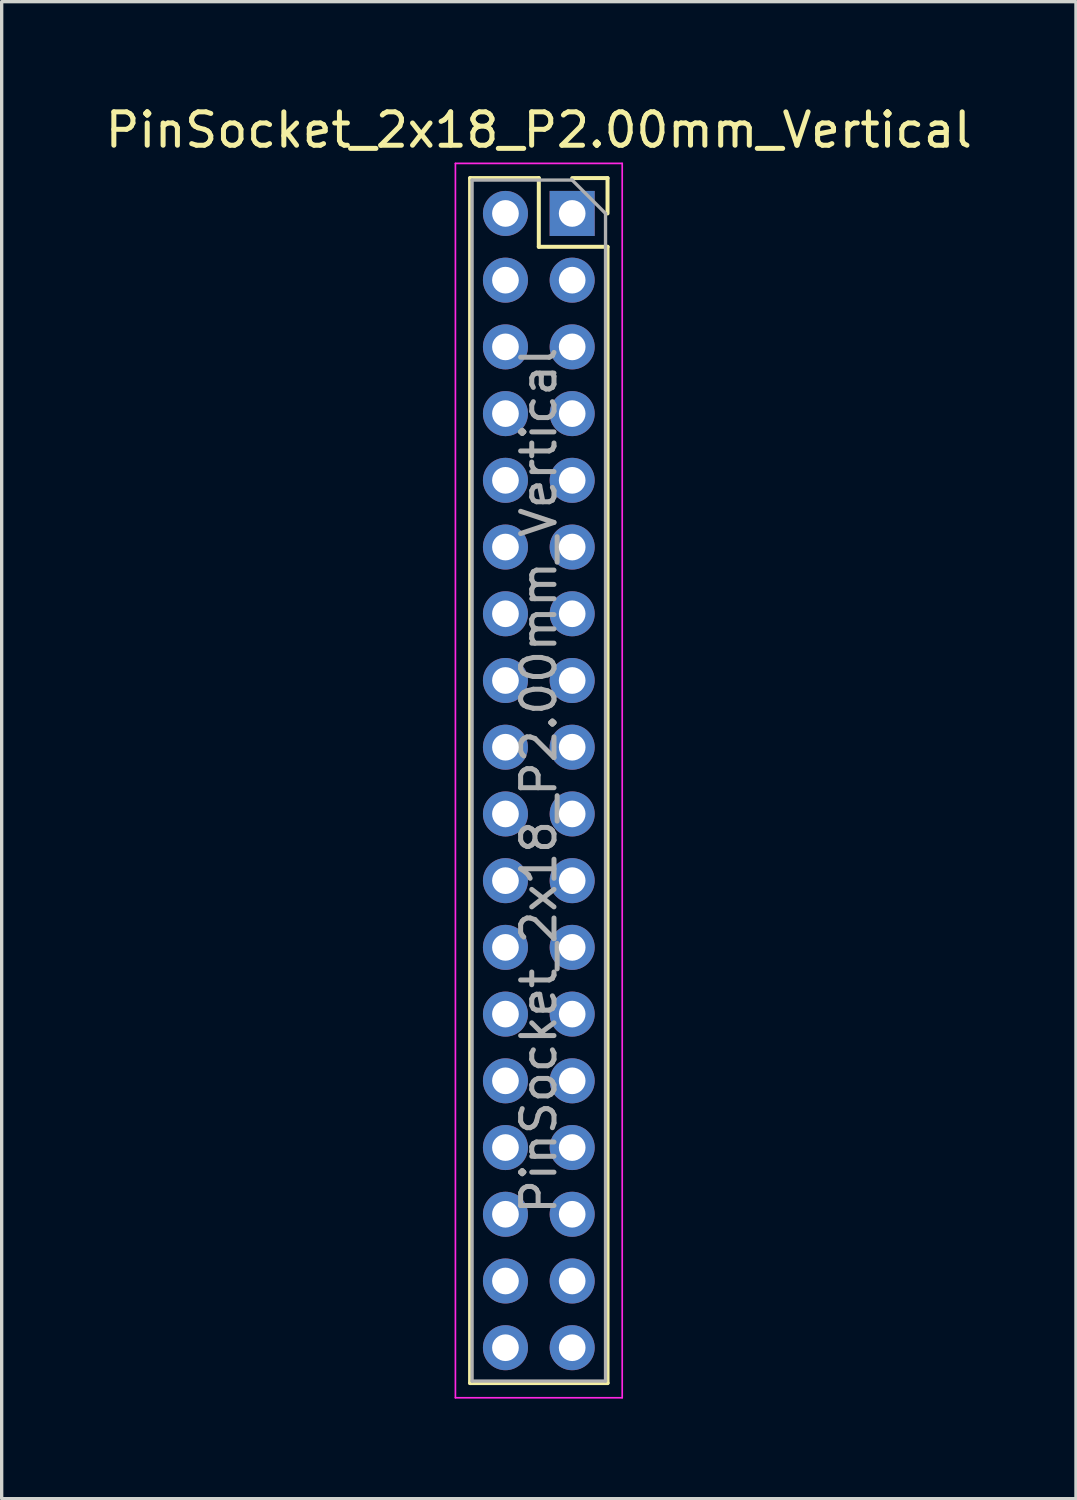
<source format=kicad_pcb>
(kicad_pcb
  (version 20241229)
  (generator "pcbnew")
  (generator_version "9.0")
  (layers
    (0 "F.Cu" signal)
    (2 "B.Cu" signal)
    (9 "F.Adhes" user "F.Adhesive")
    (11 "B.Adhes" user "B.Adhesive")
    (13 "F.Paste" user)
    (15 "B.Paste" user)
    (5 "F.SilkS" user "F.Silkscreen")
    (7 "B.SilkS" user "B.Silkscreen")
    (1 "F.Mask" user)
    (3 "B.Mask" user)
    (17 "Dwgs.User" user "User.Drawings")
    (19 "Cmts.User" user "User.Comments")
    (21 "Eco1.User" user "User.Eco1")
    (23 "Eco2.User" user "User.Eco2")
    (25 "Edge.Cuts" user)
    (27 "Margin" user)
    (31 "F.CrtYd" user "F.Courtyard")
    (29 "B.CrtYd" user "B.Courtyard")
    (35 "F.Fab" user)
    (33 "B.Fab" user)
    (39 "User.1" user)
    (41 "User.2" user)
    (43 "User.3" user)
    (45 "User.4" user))
  (footprint "PinSocket_2x18_P2.00mm_Vertical"
    (layer "F.Cu")
    (at 14.101 3.348)
    (property "Reference" "PinSocket_2x18_P2.00mm_Vertical" (at -1 -2.5 0) (layer "F.SilkS") (effects (font (size 1 1) (thickness 0.15))))
    (attr through_hole)
    (fp_line (start -3.06 -1.06) (end -3.06 35.06) (stroke (width 0.12) (type solid)) (layer "F.SilkS"))
    (fp_line (start -3.06 -1.06) (end -1 -1.06) (stroke (width 0.12) (type solid)) (layer "F.SilkS"))
    (fp_line (start -3.06 35.06) (end 1.06 35.06) (stroke (width 0.12) (type solid)) (layer "F.SilkS"))
    (fp_line (start -1 -1.06) (end -1 1) (stroke (width 0.12) (type solid)) (layer "F.SilkS"))
    (fp_line (start -1 1) (end 1.06 1) (stroke (width 0.12) (type solid)) (layer "F.SilkS"))
    (fp_line (start 0 -1.06) (end 1.06 -1.06) (stroke (width 0.12) (type solid)) (layer "F.SilkS"))
    (fp_line (start 1.06 -1.06) (end 1.06 0) (stroke (width 0.12) (type solid)) (layer "F.SilkS"))
    (fp_line (start 1.06 1) (end 1.06 35.06) (stroke (width 0.12) (type solid)) (layer "F.SilkS"))
    (fp_line (start -3.5 -1.5) (end 1.5 -1.5) (stroke (width 0.05) (type solid)) (layer "F.CrtYd"))
    (fp_line (start -3.5 35.5) (end -3.5 -1.5) (stroke (width 0.05) (type solid)) (layer "F.CrtYd"))
    (fp_line (start 1.5 -1.5) (end 1.5 35.5) (stroke (width 0.05) (type solid)) (layer "F.CrtYd"))
    (fp_line (start 1.5 35.5) (end -3.5 35.5) (stroke (width 0.05) (type solid)) (layer "F.CrtYd"))
    (fp_line (start -3 -1) (end 0 -1) (stroke (width 0.1) (type solid)) (layer "F.Fab"))
    (fp_line (start -3 35) (end -3 -1) (stroke (width 0.1) (type solid)) (layer "F.Fab"))
    (fp_line (start 0 -1) (end 1 0) (stroke (width 0.1) (type solid)) (layer "F.Fab"))
    (fp_line (start 1 0) (end 1 35) (stroke (width 0.1) (type solid)) (layer "F.Fab"))
    (fp_line (start 1 35) (end -3 35) (stroke (width 0.1) (type solid)) (layer "F.Fab"))
    (fp_text user "${REFERENCE}" (at -1 17 90) (layer "F.Fab") (effects (font (size 1 1) (thickness 0.15))))
    (pad "1" thru_hole rect (at 0 0) (size 1.35 1.35) (drill 0.8) (layers "*.Cu" "*.Mask"))
    (pad "2" thru_hole circle (at -2 0) (size 1.35 1.35) (drill 0.8) (layers "*.Cu" "*.Mask"))
    (pad "3" thru_hole circle (at 0 2) (size 1.35 1.35) (drill 0.8) (layers "*.Cu" "*.Mask"))
    (pad "4" thru_hole circle (at -2 2) (size 1.35 1.35) (drill 0.8) (layers "*.Cu" "*.Mask"))
    (pad "5" thru_hole circle (at 0 4) (size 1.35 1.35) (drill 0.8) (layers "*.Cu" "*.Mask"))
    (pad "6" thru_hole circle (at -2 4) (size 1.35 1.35) (drill 0.8) (layers "*.Cu" "*.Mask"))
    (pad "7" thru_hole circle (at 0 6) (size 1.35 1.35) (drill 0.8) (layers "*.Cu" "*.Mask"))
    (pad "8" thru_hole circle (at -2 6) (size 1.35 1.35) (drill 0.8) (layers "*.Cu" "*.Mask"))
    (pad "9" thru_hole circle (at 0 8) (size 1.35 1.35) (drill 0.8) (layers "*.Cu" "*.Mask"))
    (pad "10" thru_hole circle (at -2 8) (size 1.35 1.35) (drill 0.8) (layers "*.Cu" "*.Mask"))
    (pad "11" thru_hole circle (at 0 10) (size 1.35 1.35) (drill 0.8) (layers "*.Cu" "*.Mask"))
    (pad "12" thru_hole circle (at -2 10) (size 1.35 1.35) (drill 0.8) (layers "*.Cu" "*.Mask"))
    (pad "13" thru_hole circle (at 0 12) (size 1.35 1.35) (drill 0.8) (layers "*.Cu" "*.Mask"))
    (pad "14" thru_hole circle (at -2 12) (size 1.35 1.35) (drill 0.8) (layers "*.Cu" "*.Mask"))
    (pad "15" thru_hole circle (at 0 14) (size 1.35 1.35) (drill 0.8) (layers "*.Cu" "*.Mask"))
    (pad "16" thru_hole circle (at -2 14) (size 1.35 1.35) (drill 0.8) (layers "*.Cu" "*.Mask"))
    (pad "17" thru_hole circle (at 0 16) (size 1.35 1.35) (drill 0.8) (layers "*.Cu" "*.Mask"))
    (pad "18" thru_hole circle (at -2 16) (size 1.35 1.35) (drill 0.8) (layers "*.Cu" "*.Mask"))
    (pad "19" thru_hole circle (at 0 18) (size 1.35 1.35) (drill 0.8) (layers "*.Cu" "*.Mask"))
    (pad "20" thru_hole circle (at -2 18) (size 1.35 1.35) (drill 0.8) (layers "*.Cu" "*.Mask"))
    (pad "21" thru_hole circle (at 0 20) (size 1.35 1.35) (drill 0.8) (layers "*.Cu" "*.Mask"))
    (pad "22" thru_hole circle (at -2 20) (size 1.35 1.35) (drill 0.8) (layers "*.Cu" "*.Mask"))
    (pad "23" thru_hole circle (at 0 22) (size 1.35 1.35) (drill 0.8) (layers "*.Cu" "*.Mask"))
    (pad "24" thru_hole circle (at -2 22) (size 1.35 1.35) (drill 0.8) (layers "*.Cu" "*.Mask"))
    (pad "25" thru_hole circle (at 0 24) (size 1.35 1.35) (drill 0.8) (layers "*.Cu" "*.Mask"))
    (pad "26" thru_hole circle (at -2 24) (size 1.35 1.35) (drill 0.8) (layers "*.Cu" "*.Mask"))
    (pad "27" thru_hole circle (at 0 26) (size 1.35 1.35) (drill 0.8) (layers "*.Cu" "*.Mask"))
    (pad "28" thru_hole circle (at -2 26) (size 1.35 1.35) (drill 0.8) (layers "*.Cu" "*.Mask"))
    (pad "29" thru_hole circle (at 0 28) (size 1.35 1.35) (drill 0.8) (layers "*.Cu" "*.Mask"))
    (pad "30" thru_hole circle (at -2 28) (size 1.35 1.35) (drill 0.8) (layers "*.Cu" "*.Mask"))
    (pad "31" thru_hole circle (at 0 30) (size 1.35 1.35) (drill 0.8) (layers "*.Cu" "*.Mask"))
    (pad "32" thru_hole circle (at -2 30) (size 1.35 1.35) (drill 0.8) (layers "*.Cu" "*.Mask"))
    (pad "33" thru_hole circle (at 0 32) (size 1.35 1.35) (drill 0.8) (layers "*.Cu" "*.Mask"))
    (pad "34" thru_hole circle (at -2 32) (size 1.35 1.35) (drill 0.8) (layers "*.Cu" "*.Mask"))
    (pad "35" thru_hole circle (at 0 34) (size 1.35 1.35) (drill 0.8) (layers "*.Cu" "*.Mask"))
    (pad "36" thru_hole circle (at -2 34) (size 1.35 1.35) (drill 0.8) (layers "*.Cu" "*.Mask")))
  (gr_rect
    (start -3 -3)
    (end 29.202 41.873)
    (stroke (width 0.1) (type default))
    (fill no)
    (layer "Edge.Cuts")))
</source>
